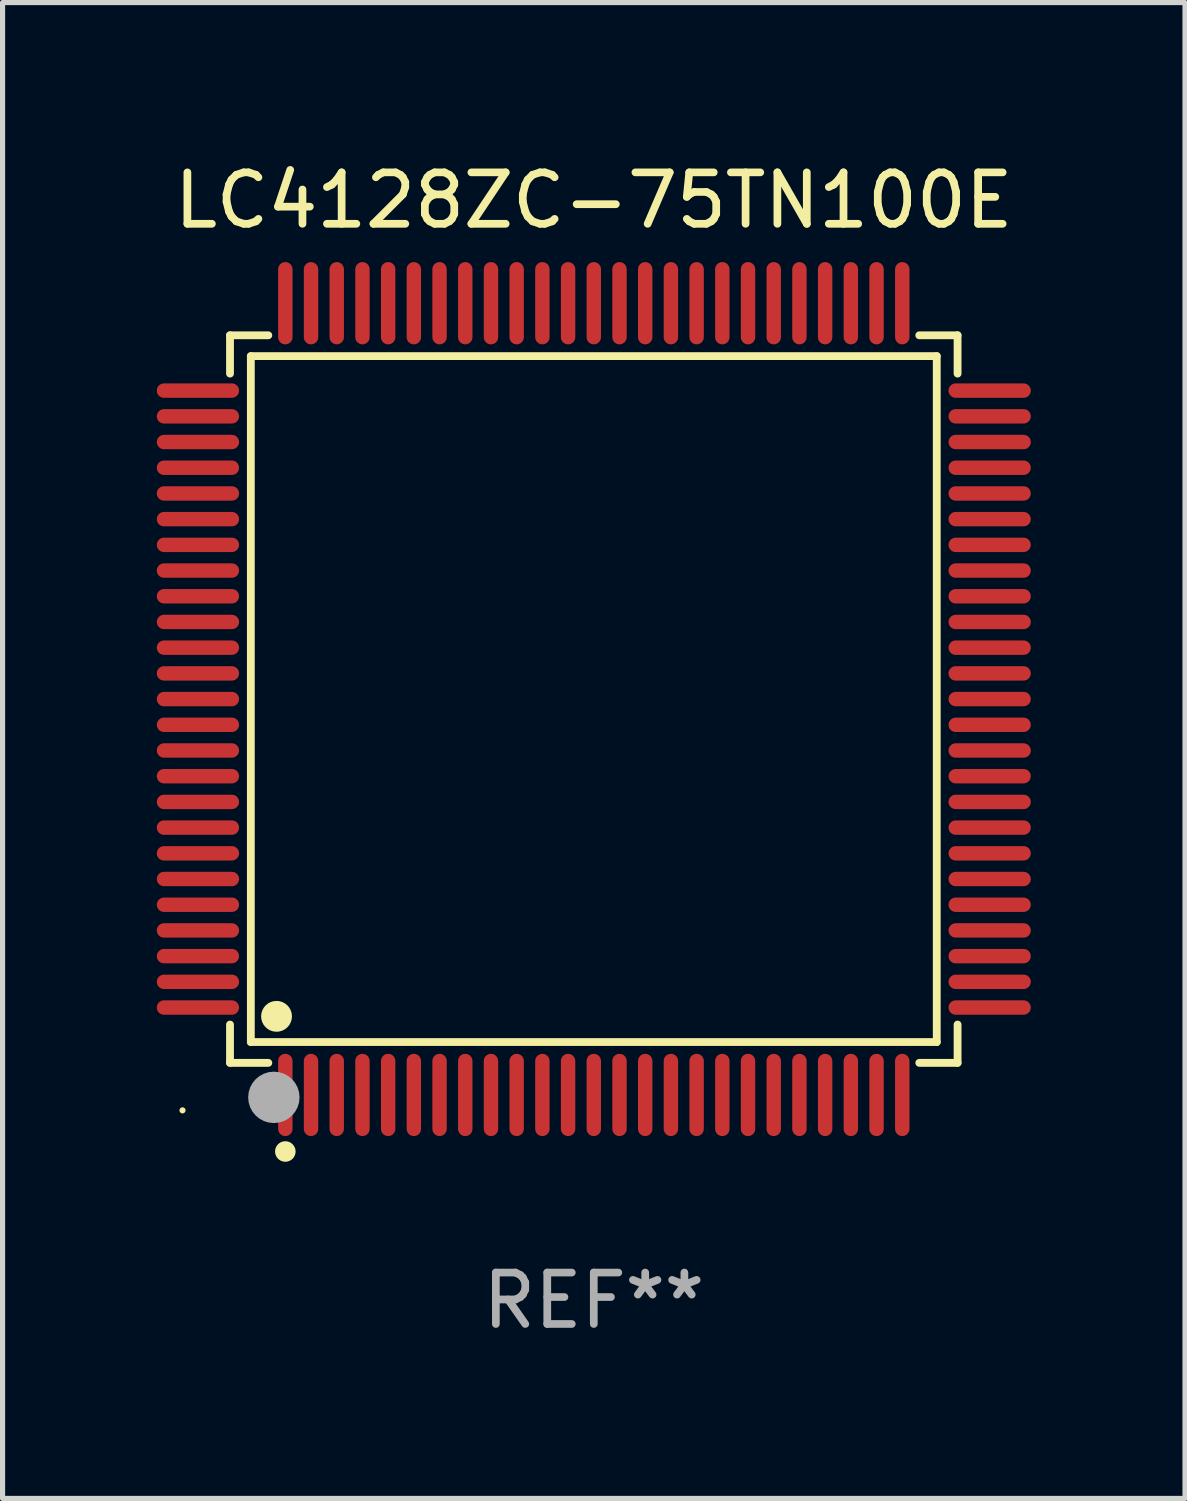
<source format=kicad_pcb>
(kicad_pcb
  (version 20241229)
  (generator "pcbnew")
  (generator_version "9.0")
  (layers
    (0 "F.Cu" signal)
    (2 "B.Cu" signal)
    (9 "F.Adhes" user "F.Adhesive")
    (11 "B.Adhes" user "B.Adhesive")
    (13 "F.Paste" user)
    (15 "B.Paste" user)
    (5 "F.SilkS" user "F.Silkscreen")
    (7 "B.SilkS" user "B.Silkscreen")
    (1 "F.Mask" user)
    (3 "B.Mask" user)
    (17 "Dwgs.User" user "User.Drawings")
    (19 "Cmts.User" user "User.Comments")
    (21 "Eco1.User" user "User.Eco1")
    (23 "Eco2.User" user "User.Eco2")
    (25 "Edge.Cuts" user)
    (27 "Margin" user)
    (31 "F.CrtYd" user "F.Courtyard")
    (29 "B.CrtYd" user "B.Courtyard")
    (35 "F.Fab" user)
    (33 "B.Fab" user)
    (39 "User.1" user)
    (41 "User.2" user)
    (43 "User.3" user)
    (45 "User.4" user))
  (footprint "LC4128ZC-75TN100E"
    (layer "F.Cu")
    (at 8.5 10.548)
    (property "Reference" "LC4128ZC-75TN100E" (at 0 -9.7 0) (layer "F.SilkS") (effects (font (size 1 1) (thickness 0.15))))
    (attr through_hole)
    (fp_line (start -7.076 -7.076) (end -6.331 -7.076) (stroke (width 0.152) (type solid)) (layer "F.SilkS"))
    (fp_line (start -7.076 -6.331) (end -7.076 -7.076) (stroke (width 0.152) (type solid)) (layer "F.SilkS"))
    (fp_line (start -7.076 6.331) (end -7.076 7.076) (stroke (width 0.152) (type solid)) (layer "F.SilkS"))
    (fp_line (start -7.076 7.076) (end -6.331 7.076) (stroke (width 0.152) (type solid)) (layer "F.SilkS"))
    (fp_line (start -6.671 -6.671) (end 6.671 -6.671) (stroke (width 0.152) (type solid)) (layer "F.SilkS"))
    (fp_line (start -6.671 6.671) (end -6.671 -6.671) (stroke (width 0.152) (type solid)) (layer "F.SilkS"))
    (fp_line (start 6.671 -6.671) (end 6.671 6.671) (stroke (width 0.152) (type solid)) (layer "F.SilkS"))
    (fp_line (start 6.671 6.671) (end -6.671 6.671) (stroke (width 0.152) (type solid)) (layer "F.SilkS"))
    (fp_line (start 7.076 -7.076) (end 6.331 -7.076) (stroke (width 0.152) (type solid)) (layer "F.SilkS"))
    (fp_line (start 7.076 -6.331) (end 7.076 -7.076) (stroke (width 0.152) (type solid)) (layer "F.SilkS"))
    (fp_line (start 7.076 6.331) (end 7.076 7.076) (stroke (width 0.152) (type solid)) (layer "F.SilkS"))
    (fp_line (start 7.076 7.076) (end 6.331 7.076) (stroke (width 0.152) (type solid)) (layer "F.SilkS"))
    (fp_circle (center -8 8) (end -7.97 8) (stroke (width 0.06) (type solid)) (fill no) (layer "F.SilkS"))
    (fp_circle (center -6.171 6.171) (end -6.021 6.171) (stroke (width 0.3) (type solid)) (fill no) (layer "F.SilkS"))
    (fp_circle (center -6 8.8) (end -5.9 8.8) (stroke (width 0.2) (type solid)) (fill no) (layer "F.SilkS"))
    (fp_circle (center -6.223 7.747) (end -5.973 7.747) (stroke (width 0.5) (type solid)) (fill no) (layer "F.Fab"))
    (fp_text user "REF**" (at 0 11.7 0) (layer "F.Fab") (effects (font (size 1 1) (thickness 0.15))))
    (pad "1" smd oval (at -6 7.7) (size 0.28 1.6) (layers "F.Cu" "F.Mask" "F.Paste"))
    (pad "2" smd oval (at -5.5 7.7) (size 0.28 1.6) (layers "F.Cu" "F.Mask" "F.Paste"))
    (pad "3" smd oval (at -5 7.7) (size 0.28 1.6) (layers "F.Cu" "F.Mask" "F.Paste"))
    (pad "4" smd oval (at -4.5 7.7) (size 0.28 1.6) (layers "F.Cu" "F.Mask" "F.Paste"))
    (pad "5" smd oval (at -4 7.7) (size 0.28 1.6) (layers "F.Cu" "F.Mask" "F.Paste"))
    (pad "6" smd oval (at -3.5 7.7) (size 0.28 1.6) (layers "F.Cu" "F.Mask" "F.Paste"))
    (pad "7" smd oval (at -3 7.7) (size 0.28 1.6) (layers "F.Cu" "F.Mask" "F.Paste"))
    (pad "8" smd oval (at -2.5 7.7) (size 0.28 1.6) (layers "F.Cu" "F.Mask" "F.Paste"))
    (pad "9" smd oval (at -2 7.7) (size 0.28 1.6) (layers "F.Cu" "F.Mask" "F.Paste"))
    (pad "10" smd oval (at -1.5 7.7) (size 0.28 1.6) (layers "F.Cu" "F.Mask" "F.Paste"))
    (pad "11" smd oval (at -1 7.7) (size 0.28 1.6) (layers "F.Cu" "F.Mask" "F.Paste"))
    (pad "12" smd oval (at -0.5 7.7) (size 0.28 1.6) (layers "F.Cu" "F.Mask" "F.Paste"))
    (pad "13" smd oval (at 0 7.7) (size 0.28 1.6) (layers "F.Cu" "F.Mask" "F.Paste"))
    (pad "14" smd oval (at 0.5 7.7) (size 0.28 1.6) (layers "F.Cu" "F.Mask" "F.Paste"))
    (pad "15" smd oval (at 1 7.7) (size 0.28 1.6) (layers "F.Cu" "F.Mask" "F.Paste"))
    (pad "16" smd oval (at 1.5 7.7) (size 0.28 1.6) (layers "F.Cu" "F.Mask" "F.Paste"))
    (pad "17" smd oval (at 2 7.7) (size 0.28 1.6) (layers "F.Cu" "F.Mask" "F.Paste"))
    (pad "18" smd oval (at 2.5 7.7) (size 0.28 1.6) (layers "F.Cu" "F.Mask" "F.Paste"))
    (pad "19" smd oval (at 3 7.7) (size 0.28 1.6) (layers "F.Cu" "F.Mask" "F.Paste"))
    (pad "20" smd oval (at 3.5 7.7) (size 0.28 1.6) (layers "F.Cu" "F.Mask" "F.Paste"))
    (pad "21" smd oval (at 4 7.7) (size 0.28 1.6) (layers "F.Cu" "F.Mask" "F.Paste"))
    (pad "22" smd oval (at 4.5 7.7) (size 0.28 1.6) (layers "F.Cu" "F.Mask" "F.Paste"))
    (pad "23" smd oval (at 5 7.7) (size 0.28 1.6) (layers "F.Cu" "F.Mask" "F.Paste"))
    (pad "24" smd oval (at 5.5 7.7) (size 0.28 1.6) (layers "F.Cu" "F.Mask" "F.Paste"))
    (pad "25" smd oval (at 6 7.7) (size 0.28 1.6) (layers "F.Cu" "F.Mask" "F.Paste"))
    (pad "26" smd oval (at 7.7 6) (size 1.6 0.28) (layers "F.Cu" "F.Mask" "F.Paste"))
    (pad "27" smd oval (at 7.7 5.5) (size 1.6 0.28) (layers "F.Cu" "F.Mask" "F.Paste"))
    (pad "28" smd oval (at 7.7 5) (size 1.6 0.28) (layers "F.Cu" "F.Mask" "F.Paste"))
    (pad "29" smd oval (at 7.7 4.5) (size 1.6 0.28) (layers "F.Cu" "F.Mask" "F.Paste"))
    (pad "30" smd oval (at 7.7 4) (size 1.6 0.28) (layers "F.Cu" "F.Mask" "F.Paste"))
    (pad "31" smd oval (at 7.7 3.5) (size 1.6 0.28) (layers "F.Cu" "F.Mask" "F.Paste"))
    (pad "32" smd oval (at 7.7 3) (size 1.6 0.28) (layers "F.Cu" "F.Mask" "F.Paste"))
    (pad "33" smd oval (at 7.7 2.5) (size 1.6 0.28) (layers "F.Cu" "F.Mask" "F.Paste"))
    (pad "34" smd oval (at 7.7 2) (size 1.6 0.28) (layers "F.Cu" "F.Mask" "F.Paste"))
    (pad "35" smd oval (at 7.7 1.5) (size 1.6 0.28) (layers "F.Cu" "F.Mask" "F.Paste"))
    (pad "36" smd oval (at 7.7 1) (size 1.6 0.28) (layers "F.Cu" "F.Mask" "F.Paste"))
    (pad "37" smd oval (at 7.7 0.5) (size 1.6 0.28) (layers "F.Cu" "F.Mask" "F.Paste"))
    (pad "38" smd oval (at 7.7 0) (size 1.6 0.28) (layers "F.Cu" "F.Mask" "F.Paste"))
    (pad "39" smd oval (at 7.7 -0.5) (size 1.6 0.28) (layers "F.Cu" "F.Mask" "F.Paste"))
    (pad "40" smd oval (at 7.7 -1) (size 1.6 0.28) (layers "F.Cu" "F.Mask" "F.Paste"))
    (pad "41" smd oval (at 7.7 -1.5) (size 1.6 0.28) (layers "F.Cu" "F.Mask" "F.Paste"))
    (pad "42" smd oval (at 7.7 -2) (size 1.6 0.28) (layers "F.Cu" "F.Mask" "F.Paste"))
    (pad "43" smd oval (at 7.7 -2.5) (size 1.6 0.28) (layers "F.Cu" "F.Mask" "F.Paste"))
    (pad "44" smd oval (at 7.7 -3) (size 1.6 0.28) (layers "F.Cu" "F.Mask" "F.Paste"))
    (pad "45" smd oval (at 7.7 -3.5) (size 1.6 0.28) (layers "F.Cu" "F.Mask" "F.Paste"))
    (pad "46" smd oval (at 7.7 -4) (size 1.6 0.28) (layers "F.Cu" "F.Mask" "F.Paste"))
    (pad "47" smd oval (at 7.7 -4.5) (size 1.6 0.28) (layers "F.Cu" "F.Mask" "F.Paste"))
    (pad "48" smd oval (at 7.7 -5) (size 1.6 0.28) (layers "F.Cu" "F.Mask" "F.Paste"))
    (pad "49" smd oval (at 7.7 -5.5) (size 1.6 0.28) (layers "F.Cu" "F.Mask" "F.Paste"))
    (pad "50" smd oval (at 7.7 -6) (size 1.6 0.28) (layers "F.Cu" "F.Mask" "F.Paste"))
    (pad "51" smd oval (at 6 -7.7) (size 0.28 1.6) (layers "F.Cu" "F.Mask" "F.Paste"))
    (pad "52" smd oval (at 5.5 -7.7) (size 0.28 1.6) (layers "F.Cu" "F.Mask" "F.Paste"))
    (pad "53" smd oval (at 5 -7.7) (size 0.28 1.6) (layers "F.Cu" "F.Mask" "F.Paste"))
    (pad "54" smd oval (at 4.5 -7.7) (size 0.28 1.6) (layers "F.Cu" "F.Mask" "F.Paste"))
    (pad "55" smd oval (at 4 -7.7) (size 0.28 1.6) (layers "F.Cu" "F.Mask" "F.Paste"))
    (pad "56" smd oval (at 3.5 -7.7) (size 0.28 1.6) (layers "F.Cu" "F.Mask" "F.Paste"))
    (pad "57" smd oval (at 3 -7.7) (size 0.28 1.6) (layers "F.Cu" "F.Mask" "F.Paste"))
    (pad "58" smd oval (at 2.5 -7.7) (size 0.28 1.6) (layers "F.Cu" "F.Mask" "F.Paste"))
    (pad "59" smd oval (at 2 -7.7) (size 0.28 1.6) (layers "F.Cu" "F.Mask" "F.Paste"))
    (pad "60" smd oval (at 1.5 -7.7) (size 0.28 1.6) (layers "F.Cu" "F.Mask" "F.Paste"))
    (pad "61" smd oval (at 1 -7.7) (size 0.28 1.6) (layers "F.Cu" "F.Mask" "F.Paste"))
    (pad "62" smd oval (at 0.5 -7.7) (size 0.28 1.6) (layers "F.Cu" "F.Mask" "F.Paste"))
    (pad "63" smd oval (at 0 -7.7) (size 0.28 1.6) (layers "F.Cu" "F.Mask" "F.Paste"))
    (pad "64" smd oval (at -0.5 -7.7) (size 0.28 1.6) (layers "F.Cu" "F.Mask" "F.Paste"))
    (pad "65" smd oval (at -1 -7.7) (size 0.28 1.6) (layers "F.Cu" "F.Mask" "F.Paste"))
    (pad "66" smd oval (at -1.5 -7.7) (size 0.28 1.6) (layers "F.Cu" "F.Mask" "F.Paste"))
    (pad "67" smd oval (at -2 -7.7) (size 0.28 1.6) (layers "F.Cu" "F.Mask" "F.Paste"))
    (pad "68" smd oval (at -2.5 -7.7) (size 0.28 1.6) (layers "F.Cu" "F.Mask" "F.Paste"))
    (pad "69" smd oval (at -3 -7.7) (size 0.28 1.6) (layers "F.Cu" "F.Mask" "F.Paste"))
    (pad "70" smd oval (at -3.5 -7.7) (size 0.28 1.6) (layers "F.Cu" "F.Mask" "F.Paste"))
    (pad "71" smd oval (at -4 -7.7) (size 0.28 1.6) (layers "F.Cu" "F.Mask" "F.Paste"))
    (pad "72" smd oval (at -4.5 -7.7) (size 0.28 1.6) (layers "F.Cu" "F.Mask" "F.Paste"))
    (pad "73" smd oval (at -5 -7.7) (size 0.28 1.6) (layers "F.Cu" "F.Mask" "F.Paste"))
    (pad "74" smd oval (at -5.5 -7.7) (size 0.28 1.6) (layers "F.Cu" "F.Mask" "F.Paste"))
    (pad "75" smd oval (at -6 -7.7) (size 0.28 1.6) (layers "F.Cu" "F.Mask" "F.Paste"))
    (pad "76" smd oval (at -7.7 -6) (size 1.6 0.28) (layers "F.Cu" "F.Mask" "F.Paste"))
    (pad "77" smd oval (at -7.7 -5.5) (size 1.6 0.28) (layers "F.Cu" "F.Mask" "F.Paste"))
    (pad "78" smd oval (at -7.7 -5) (size 1.6 0.28) (layers "F.Cu" "F.Mask" "F.Paste"))
    (pad "79" smd oval (at -7.7 -4.5) (size 1.6 0.28) (layers "F.Cu" "F.Mask" "F.Paste"))
    (pad "80" smd oval (at -7.7 -4) (size 1.6 0.28) (layers "F.Cu" "F.Mask" "F.Paste"))
    (pad "81" smd oval (at -7.7 -3.5) (size 1.6 0.28) (layers "F.Cu" "F.Mask" "F.Paste"))
    (pad "82" smd oval (at -7.7 -3) (size 1.6 0.28) (layers "F.Cu" "F.Mask" "F.Paste"))
    (pad "83" smd oval (at -7.7 -2.5) (size 1.6 0.28) (layers "F.Cu" "F.Mask" "F.Paste"))
    (pad "84" smd oval (at -7.7 -2) (size 1.6 0.28) (layers "F.Cu" "F.Mask" "F.Paste"))
    (pad "85" smd oval (at -7.7 -1.5) (size 1.6 0.28) (layers "F.Cu" "F.Mask" "F.Paste"))
    (pad "86" smd oval (at -7.7 -1) (size 1.6 0.28) (layers "F.Cu" "F.Mask" "F.Paste"))
    (pad "87" smd oval (at -7.7 -0.5) (size 1.6 0.28) (layers "F.Cu" "F.Mask" "F.Paste"))
    (pad "88" smd oval (at -7.7 0) (size 1.6 0.28) (layers "F.Cu" "F.Mask" "F.Paste"))
    (pad "89" smd oval (at -7.7 0.5) (size 1.6 0.28) (layers "F.Cu" "F.Mask" "F.Paste"))
    (pad "90" smd oval (at -7.7 1) (size 1.6 0.28) (layers "F.Cu" "F.Mask" "F.Paste"))
    (pad "91" smd oval (at -7.7 1.5) (size 1.6 0.28) (layers "F.Cu" "F.Mask" "F.Paste"))
    (pad "92" smd oval (at -7.7 2) (size 1.6 0.28) (layers "F.Cu" "F.Mask" "F.Paste"))
    (pad "93" smd oval (at -7.7 2.5) (size 1.6 0.28) (layers "F.Cu" "F.Mask" "F.Paste"))
    (pad "94" smd oval (at -7.7 3) (size 1.6 0.28) (layers "F.Cu" "F.Mask" "F.Paste"))
    (pad "95" smd oval (at -7.7 3.5) (size 1.6 0.28) (layers "F.Cu" "F.Mask" "F.Paste"))
    (pad "96" smd oval (at -7.7 4) (size 1.6 0.28) (layers "F.Cu" "F.Mask" "F.Paste"))
    (pad "97" smd oval (at -7.7 4.5) (size 1.6 0.28) (layers "F.Cu" "F.Mask" "F.Paste"))
    (pad "98" smd oval (at -7.7 5) (size 1.6 0.28) (layers "F.Cu" "F.Mask" "F.Paste"))
    (pad "99" smd oval (at -7.7 5.5) (size 1.6 0.28) (layers "F.Cu" "F.Mask" "F.Paste"))
    (pad "100" smd oval (at -7.7 6) (size 1.6 0.28) (layers "F.Cu" "F.Mask" "F.Paste")))
  (gr_rect
    (start -3 -3)
    (end 20 26.097)
    (stroke (width 0.1) (type default))
    (fill no)
    (layer "Edge.Cuts")))
</source>
